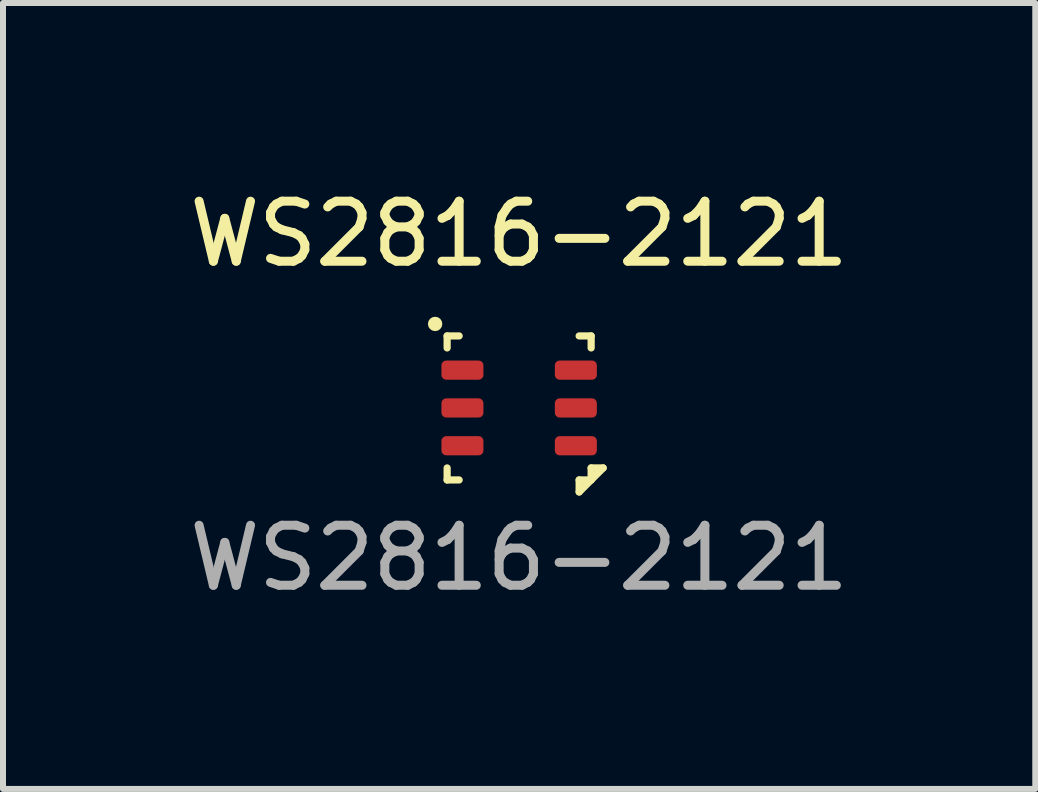
<source format=kicad_pcb>
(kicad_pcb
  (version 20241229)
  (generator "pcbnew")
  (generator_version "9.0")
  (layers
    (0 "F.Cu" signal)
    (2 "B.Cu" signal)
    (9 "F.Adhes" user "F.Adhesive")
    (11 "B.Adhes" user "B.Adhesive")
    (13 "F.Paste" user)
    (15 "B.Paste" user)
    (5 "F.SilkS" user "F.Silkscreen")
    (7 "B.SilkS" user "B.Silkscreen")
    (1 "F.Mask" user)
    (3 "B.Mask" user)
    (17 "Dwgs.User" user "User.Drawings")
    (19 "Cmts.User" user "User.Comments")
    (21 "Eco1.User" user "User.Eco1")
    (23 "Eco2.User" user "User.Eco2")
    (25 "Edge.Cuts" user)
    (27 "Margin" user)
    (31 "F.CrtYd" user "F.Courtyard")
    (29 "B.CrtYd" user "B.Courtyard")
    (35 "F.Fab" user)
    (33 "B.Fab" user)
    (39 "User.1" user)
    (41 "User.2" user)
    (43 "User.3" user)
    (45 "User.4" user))
  (footprint "WS2816-2121"
    (layer "F.Cu")
    (at 5.601 3.748)
    (property "Reference" "WS2816-2121" (at 0 -2.9 0) (unlocked yes) (layer "F.SilkS") (effects (font (size 1 1) (thickness 0.15))))
    (attr smd)
    (fp_line (start -1.2 -1.2) (end -1 -1.2) (stroke (width 0.12) (type solid)) (layer "F.SilkS"))
    (fp_line (start -1.2 -1) (end -1.2 -1.2) (stroke (width 0.12) (type solid)) (layer "F.SilkS"))
    (fp_line (start -1.2 1.2) (end -1.2 1) (stroke (width 0.12) (type solid)) (layer "F.SilkS"))
    (fp_line (start -1 1.2) (end -1.2 1.2) (stroke (width 0.12) (type solid)) (layer "F.SilkS"))
    (fp_line (start 1 -1.2) (end 1.2 -1.2) (stroke (width 0.12) (type solid)) (layer "F.SilkS"))
    (fp_line (start 1 1.2) (end 1 1.4) (stroke (width 0.12) (type solid)) (layer "F.SilkS"))
    (fp_line (start 1 1.4) (end 1.4 1) (stroke (width 0.12) (type solid)) (layer "F.SilkS"))
    (fp_line (start 1.2 -1.2) (end 1.2 -1) (stroke (width 0.12) (type solid)) (layer "F.SilkS"))
    (fp_line (start 1.2 1) (end 1.2 1.2) (stroke (width 0.12) (type solid)) (layer "F.SilkS"))
    (fp_line (start 1.2 1.2) (end 1 1.2) (stroke (width 0.12) (type solid)) (layer "F.SilkS"))
    (fp_line (start 1.4 1) (end 1.2 1) (stroke (width 0.12) (type solid)) (layer "F.SilkS"))
    (fp_circle (center -1.4 -1.4) (end -1.4 -1.4) (stroke (width 0.12) (type solid)) (fill no) (layer "F.SilkS"))
    (fp_text user "${REFERENCE}" (at 0 2.5 0) (unlocked yes) (layer "F.Fab") (effects (font (size 1 1) (thickness 0.15))))
    (pad "1" smd roundrect (at -0.945 -0.63 90) (size 0.32 0.7) (layers "F.Cu" "F.Mask" "F.Paste") (roundrect_rratio 0.25))
    (pad "2" smd roundrect (at -0.945 0 90) (size 0.32 0.7) (layers "F.Cu" "F.Mask" "F.Paste") (roundrect_rratio 0.25))
    (pad "3" smd roundrect (at -0.945 0.63 90) (size 0.32 0.7) (layers "F.Cu" "F.Mask" "F.Paste") (roundrect_rratio 0.25))
    (pad "4" smd roundrect (at 0.945 0.63 90) (size 0.32 0.7) (layers "F.Cu" "F.Mask" "F.Paste") (roundrect_rratio 0.25))
    (pad "5" smd roundrect (at 0.945 0 90) (size 0.32 0.7) (layers "F.Cu" "F.Mask" "F.Paste") (roundrect_rratio 0.25))
    (pad "6" smd roundrect (at 0.945 -0.63 90) (size 0.32 0.7) (layers "F.Cu" "F.Mask" "F.Paste") (roundrect_rratio 0.25)))
  (gr_rect
    (start -3 -3)
    (end 14.202 10.097)
    (stroke (width 0.1) (type default))
    (fill no)
    (layer "Edge.Cuts")))
</source>
